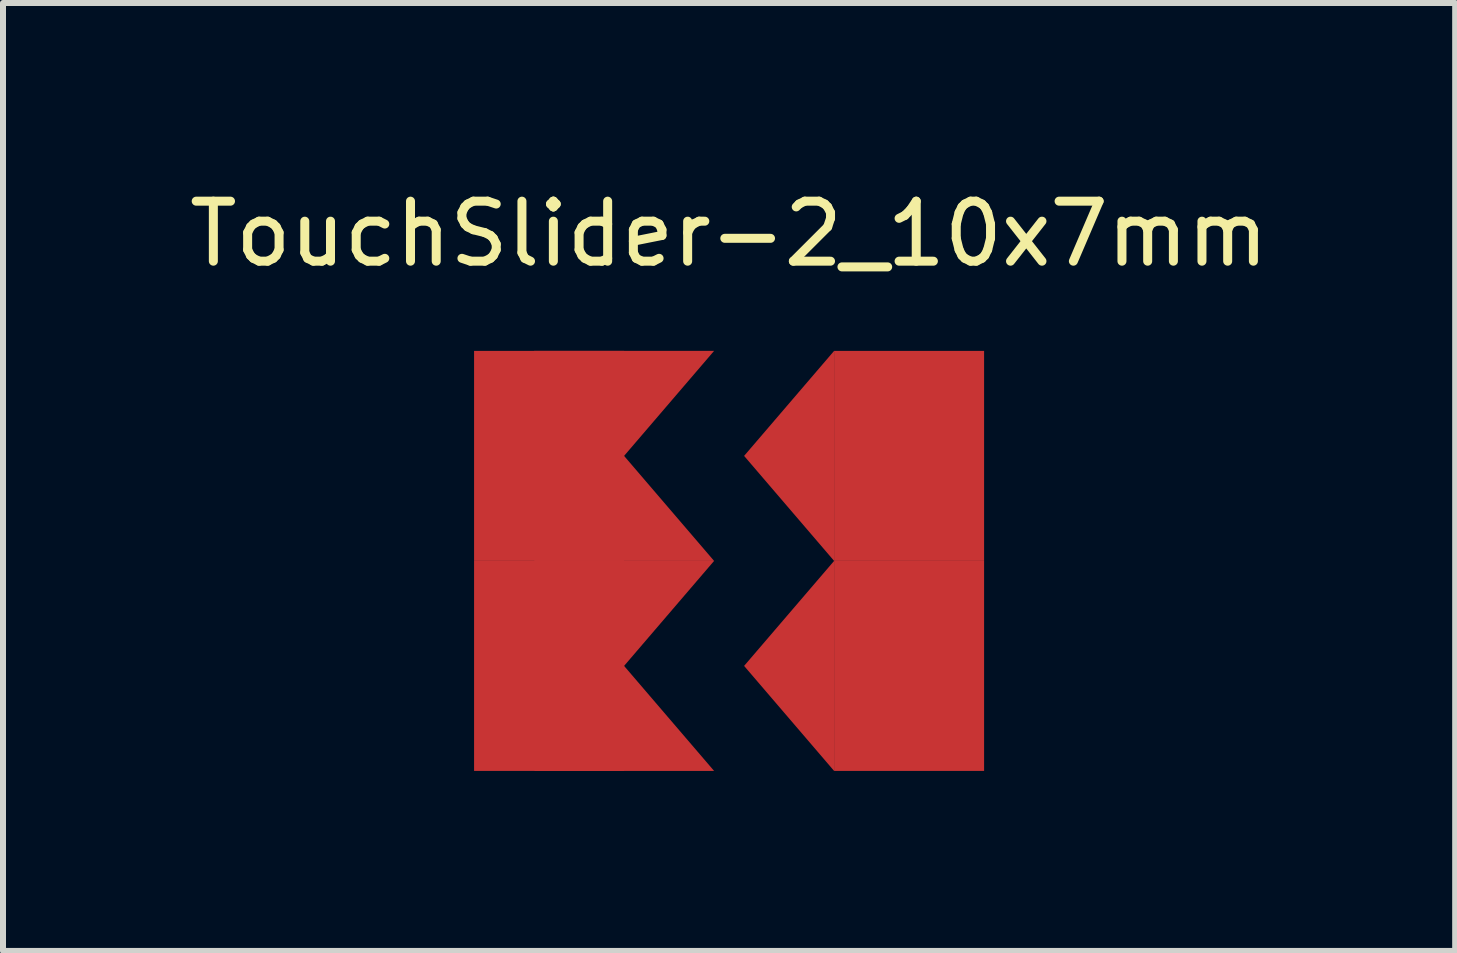
<source format=kicad_pcb>
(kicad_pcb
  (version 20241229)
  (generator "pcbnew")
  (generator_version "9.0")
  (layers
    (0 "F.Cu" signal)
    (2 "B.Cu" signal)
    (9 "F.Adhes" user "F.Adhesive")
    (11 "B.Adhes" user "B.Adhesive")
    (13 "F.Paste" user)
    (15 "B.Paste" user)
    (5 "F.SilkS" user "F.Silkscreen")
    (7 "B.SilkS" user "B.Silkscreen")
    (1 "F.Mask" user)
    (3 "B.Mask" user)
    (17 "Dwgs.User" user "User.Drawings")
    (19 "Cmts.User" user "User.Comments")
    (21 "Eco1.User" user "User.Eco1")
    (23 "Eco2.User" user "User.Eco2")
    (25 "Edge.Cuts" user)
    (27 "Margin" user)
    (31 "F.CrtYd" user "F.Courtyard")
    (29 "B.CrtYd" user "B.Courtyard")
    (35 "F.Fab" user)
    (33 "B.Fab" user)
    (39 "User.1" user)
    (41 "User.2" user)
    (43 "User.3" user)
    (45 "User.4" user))
  (footprint "TouchSlider-2_10x7mm"
    (layer "F.Cu")
    (at 9.101 6.298)
    (property "Reference" "TouchSlider-2_10x7mm" (at 0 -5.45 0) (layer "F.SilkS") (effects (font (size 1 1) (thickness 0.15))))
    (attr smd)
    (pad "1" smd rect (at -3 -1.75) (size 2.5 3.5) (layers "F.Cu" "F.Mask"))
    (pad "1" smd rect (at -3 1.75) (size 2.5 3.5) (layers "F.Cu" "F.Mask"))
    (pad "1" smd trapezoid (at -1.75 -2.625) (size 1.5 1.75) (rect_delta 0 -1.5) (layers "F.Cu" "F.Mask"))
    (pad "1" smd trapezoid (at -1.75 -0.875) (size 1.5 1.75) (rect_delta 0 1.5) (layers "F.Cu" "F.Mask"))
    (pad "1" smd trapezoid (at -1.75 0.875) (size 1.5 1.75) (rect_delta 0 -1.5) (layers "F.Cu" "F.Mask"))
    (pad "1" smd trapezoid (at -1.75 2.625) (size 1.5 1.75) (rect_delta 0 1.5) (layers "F.Cu" "F.Mask"))
    (pad "2" smd trapezoid (at 1 -1.75) (size 1.5 1.75) (rect_delta -1.75 0) (layers "F.Cu" "F.Mask"))
    (pad "2" smd trapezoid (at 1 1.75) (size 1.5 1.75) (rect_delta -1.75 0) (layers "F.Cu" "F.Mask"))
    (pad "2" smd rect (at 3 -1.75) (size 2.5 3.5) (layers "F.Cu" "F.Mask"))
    (pad "2" smd rect (at 3 1.75) (size 2.5 3.5) (layers "F.Cu" "F.Mask")))
  (gr_rect
    (start -3 -3)
    (end 21.202 12.798)
    (stroke (width 0.1) (type default))
    (fill no)
    (layer "Edge.Cuts")))
</source>
